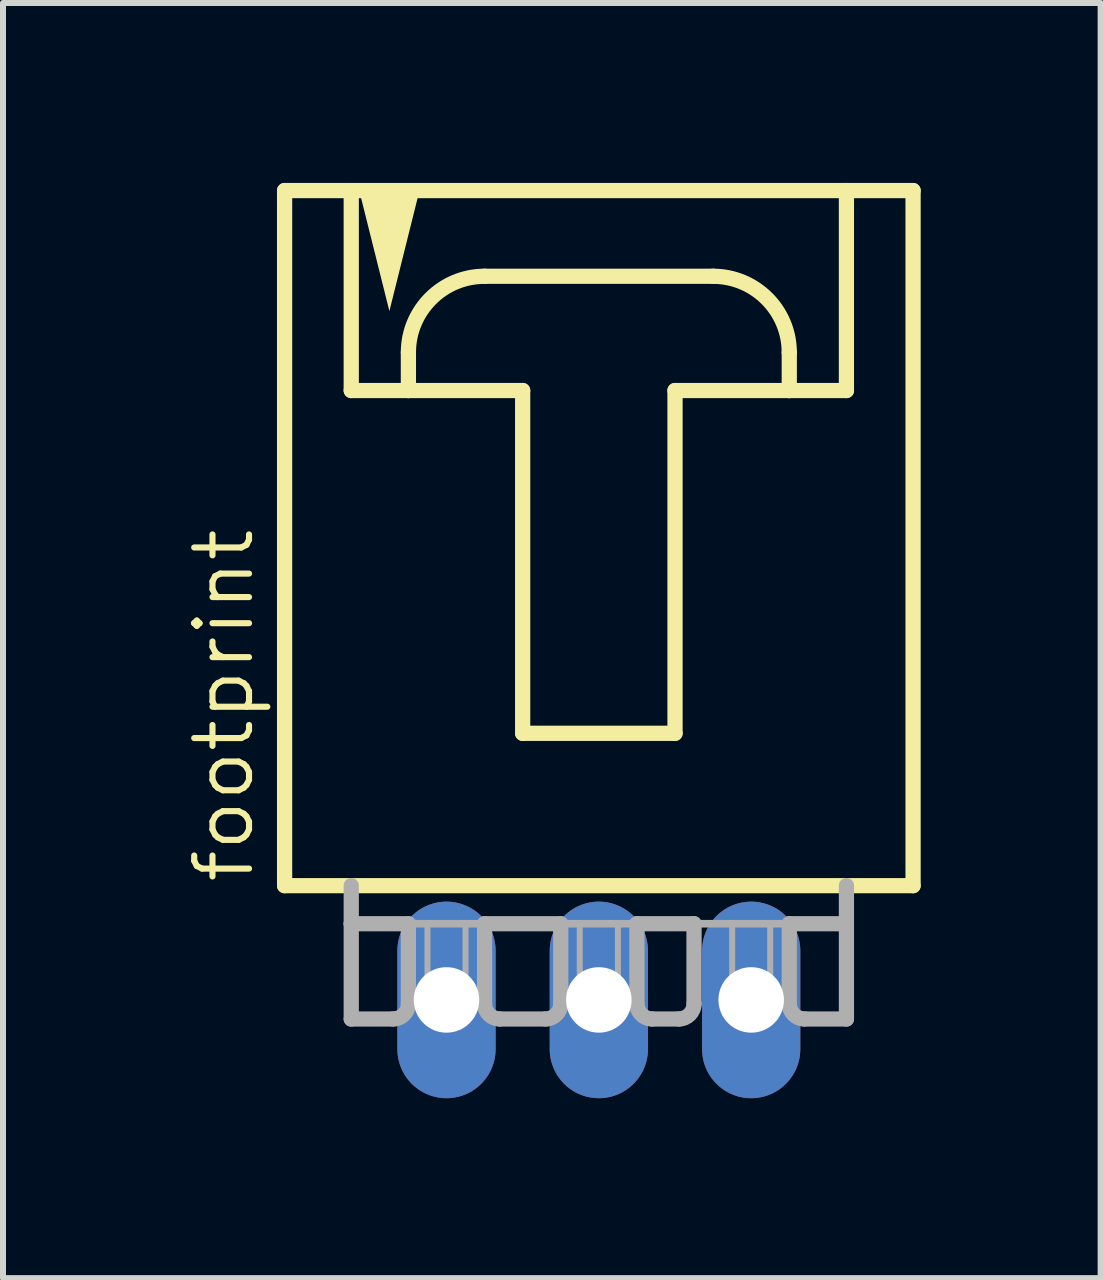
<source format=kicad_pcb>
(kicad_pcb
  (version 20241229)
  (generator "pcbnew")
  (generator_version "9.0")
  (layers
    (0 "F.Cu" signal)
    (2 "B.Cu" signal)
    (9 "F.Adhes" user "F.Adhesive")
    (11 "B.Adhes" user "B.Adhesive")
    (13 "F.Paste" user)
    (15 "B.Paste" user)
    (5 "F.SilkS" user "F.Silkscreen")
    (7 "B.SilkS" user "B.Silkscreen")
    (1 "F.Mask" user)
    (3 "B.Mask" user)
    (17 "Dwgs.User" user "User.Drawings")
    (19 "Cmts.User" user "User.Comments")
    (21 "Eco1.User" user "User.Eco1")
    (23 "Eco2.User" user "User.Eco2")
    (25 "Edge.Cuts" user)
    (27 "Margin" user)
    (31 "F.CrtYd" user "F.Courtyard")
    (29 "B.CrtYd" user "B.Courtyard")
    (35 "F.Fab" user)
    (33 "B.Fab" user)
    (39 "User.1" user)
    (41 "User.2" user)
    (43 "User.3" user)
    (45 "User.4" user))
  (footprint "footprint"
    (layer "F.Cu")
    (at 6.934 6.001)
    (property "Reference" "footprint" (at -5.715 5.715 90) (layer "F.SilkS") (effects (font (size 0.914 0.914) (thickness 0.102)) (justify left bottom)))
    (fp_line (start -5.239 5.715) (end 5.239 5.715) (stroke (width 0.254) (type solid)) (layer "F.SilkS"))
    (fp_line (start -5.239 -5.874) (end -5.239 5.715) (stroke (width 0.254) (type solid)) (layer "F.SilkS"))
    (fp_line (start -4.128 -5.874) (end -4.128 -2.54) (stroke (width 0.254) (type solid)) (layer "F.SilkS"))
    (fp_line (start -4.128 -2.54) (end -3.175 -2.54) (stroke (width 0.254) (type solid)) (layer "F.SilkS"))
    (fp_line (start -3.175 -2.54) (end -3.175 -3.175) (stroke (width 0.254) (type solid)) (layer "F.SilkS"))
    (fp_line (start -3.175 -2.54) (end -1.27 -2.54) (stroke (width 0.254) (type solid)) (layer "F.SilkS"))
    (fp_line (start -1.905 -4.445) (end 1.905 -4.445) (stroke (width 0.254) (type solid)) (layer "F.SilkS"))
    (fp_line (start -1.27 -2.54) (end -1.27 3.175) (stroke (width 0.254) (type solid)) (layer "F.SilkS"))
    (fp_line (start -1.27 3.175) (end 1.27 3.175) (stroke (width 0.254) (type solid)) (layer "F.SilkS"))
    (fp_line (start 1.27 -2.54) (end 3.175 -2.54) (stroke (width 0.254) (type solid)) (layer "F.SilkS"))
    (fp_line (start 1.27 3.175) (end 1.27 -2.54) (stroke (width 0.254) (type solid)) (layer "F.SilkS"))
    (fp_line (start 3.175 -3.175) (end 3.175 -2.54) (stroke (width 0.254) (type solid)) (layer "F.SilkS"))
    (fp_line (start 3.175 -2.54) (end 4.128 -2.54) (stroke (width 0.254) (type solid)) (layer "F.SilkS"))
    (fp_line (start 4.128 -5.874) (end -5.239 -5.874) (stroke (width 0.254) (type solid)) (layer "F.SilkS"))
    (fp_line (start 4.128 -2.54) (end 4.128 -5.874) (stroke (width 0.254) (type solid)) (layer "F.SilkS"))
    (fp_line (start 5.239 -5.874) (end 4.128 -5.874) (stroke (width 0.254) (type solid)) (layer "F.SilkS"))
    (fp_line (start 5.239 5.715) (end 5.239 -5.874) (stroke (width 0.254) (type solid)) (layer "F.SilkS"))
    (fp_arc (start -3.175 -3.175) (mid -2.803026 -4.073026) (end -1.905 -4.445) (stroke (width 0.254) (type solid)) (layer "F.SilkS"))
    (fp_arc (start 1.905 -4.445) (mid 2.803026 -4.073026) (end 3.175 -3.175) (stroke (width 0.254) (type solid)) (layer "F.SilkS"))
    (fp_poly (pts (xy -3.492 -3.864) (xy -4.001 -5.899) (xy -2.984 -5.899)) (stroke (width 0) (type solid)) (fill yes) (layer "F.SilkS"))
    (fp_line (start -4.128 5.715) (end -4.128 6.35) (stroke (width 0.254) (type solid)) (layer "F.Fab"))
    (fp_line (start -4.128 6.35) (end -4.128 7.938) (stroke (width 0.254) (type solid)) (layer "F.Fab"))
    (fp_line (start -4.128 6.35) (end -3.175 6.35) (stroke (width 0.254) (type solid)) (layer "F.Fab"))
    (fp_line (start -3.429 7.938) (end -4.128 7.938) (stroke (width 0.254) (type solid)) (layer "F.Fab"))
    (fp_line (start -3.175 6.35) (end -3.175 7.684) (stroke (width 0.254) (type solid)) (layer "F.Fab"))
    (fp_line (start -3.175 6.35) (end -1.905 6.35) (stroke (width 0.127) (type solid)) (layer "F.Fab"))
    (fp_line (start -1.905 6.35) (end -1.905 7.684) (stroke (width 0.254) (type solid)) (layer "F.Fab"))
    (fp_line (start -1.905 6.35) (end -0.635 6.35) (stroke (width 0.254) (type solid)) (layer "F.Fab"))
    (fp_line (start -0.889 7.938) (end -1.651 7.938) (stroke (width 0.254) (type solid)) (layer "F.Fab"))
    (fp_line (start -0.635 6.35) (end -0.635 7.684) (stroke (width 0.254) (type solid)) (layer "F.Fab"))
    (fp_line (start -0.635 6.35) (end 0.635 6.35) (stroke (width 0.127) (type solid)) (layer "F.Fab"))
    (fp_line (start 0.635 6.35) (end 0.635 7.684) (stroke (width 0.254) (type solid)) (layer "F.Fab"))
    (fp_line (start 0.635 6.35) (end 1.587 6.35) (stroke (width 0.254) (type solid)) (layer "F.Fab"))
    (fp_line (start 0.889 7.938) (end 1.333 7.938) (stroke (width 0.254) (type solid)) (layer "F.Fab"))
    (fp_line (start 1.587 6.35) (end 3.175 6.35) (stroke (width 0.127) (type solid)) (layer "F.Fab"))
    (fp_line (start 1.587 7.684) (end 1.587 6.35) (stroke (width 0.254) (type solid)) (layer "F.Fab"))
    (fp_line (start 3.175 6.35) (end 3.175 7.684) (stroke (width 0.254) (type solid)) (layer "F.Fab"))
    (fp_line (start 3.175 6.35) (end 4.128 6.35) (stroke (width 0.254) (type solid)) (layer "F.Fab"))
    (fp_line (start 3.429 7.938) (end 4.128 7.938) (stroke (width 0.254) (type solid)) (layer "F.Fab"))
    (fp_line (start 4.128 6.35) (end 4.128 5.715) (stroke (width 0.254) (type solid)) (layer "F.Fab"))
    (fp_line (start 4.128 7.938) (end 4.128 6.35) (stroke (width 0.254) (type solid)) (layer "F.Fab"))
    (fp_arc (start -3.175 7.6835) (mid -3.249395 7.863105) (end -3.429 7.9375) (stroke (width 0.254) (type solid)) (layer "F.Fab"))
    (fp_arc (start -1.651 7.9375) (mid -1.830605 7.863105) (end -1.905 7.6835) (stroke (width 0.254) (type solid)) (layer "F.Fab"))
    (fp_arc (start -0.635 7.6835) (mid -0.709395 7.863105) (end -0.889 7.9375) (stroke (width 0.254) (type solid)) (layer "F.Fab"))
    (fp_arc (start 0.889 7.9375) (mid 0.709395 7.863105) (end 0.635 7.6835) (stroke (width 0.254) (type solid)) (layer "F.Fab"))
    (fp_arc (start 1.5875 7.6835) (mid 1.513105 7.863105) (end 1.3335 7.9375) (stroke (width 0.254) (type solid)) (layer "F.Fab"))
    (fp_arc (start 3.429 7.9375) (mid 3.249395 7.863105) (end 3.175 7.6835) (stroke (width 0.254) (type solid)) (layer "F.Fab"))
    (fp_poly (pts (xy -2.857 7.62) (xy -2.223 7.62) (xy -2.223 6.35) (xy -2.857 6.35)) (stroke (width 0.1) (type solid)) (fill no) (layer "F.Fab"))
    (fp_poly (pts (xy -0.318 7.62) (xy 0.318 7.62) (xy 0.318 6.35) (xy -0.318 6.35)) (stroke (width 0.1) (type solid)) (fill no) (layer "F.Fab"))
    (fp_poly (pts (xy 2.223 7.62) (xy 2.857 7.62) (xy 2.857 6.35) (xy 2.223 6.35)) (stroke (width 0.1) (type solid)) (fill no) (layer "F.Fab"))
    (pad "1" thru_hole oval (at -2.54 7.62 90) (size 3.277 1.638) (drill 1.092) (layers "*.Cu" "*.Mask"))
    (pad "2" thru_hole oval (at 0 7.62 90) (size 3.277 1.638) (drill 1.092) (layers "*.Cu" "*.Mask"))
    (pad "3" thru_hole oval (at 2.54 7.62 90) (size 3.277 1.638) (drill 1.092) (layers "*.Cu" "*.Mask")))
  (gr_rect
    (start -3 -3)
    (end 15.3 18.259)
    (stroke (width 0.1) (type default))
    (fill no)
    (layer "Edge.Cuts")))
</source>
